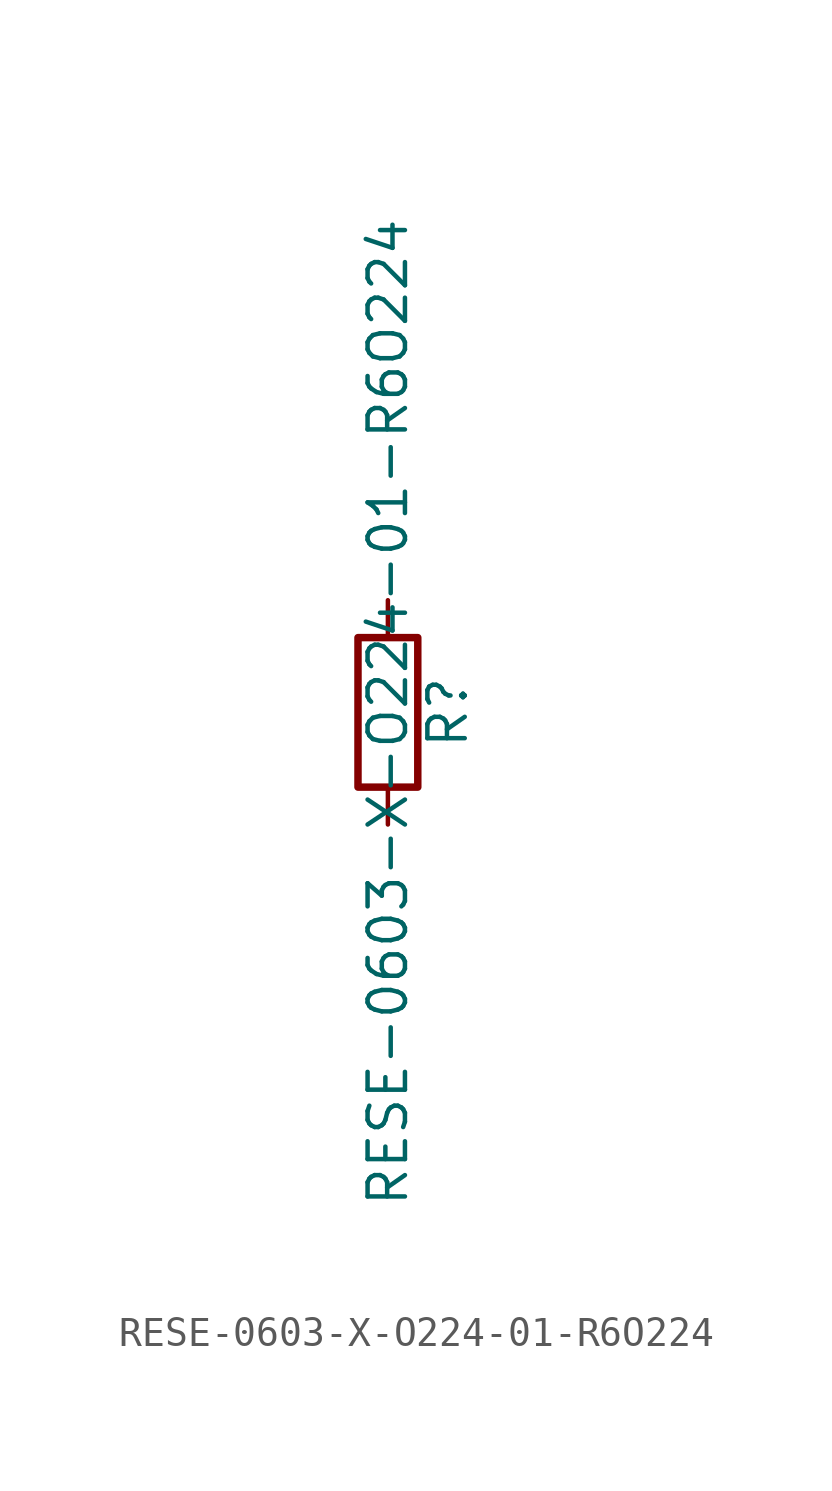
<source format=kicad_sym>
(kicad_symbol_lib
  (version 20211014)
  (generator kicad_symbol_editor)
  (symbol "RESE-0603-X-O224-01-R6O224"
    (pin_numbers hide)
    (pin_names
      (offset 0))
    (property "Reference" "R"
      (at 2.032 0 90)
      (effects (font (size 1.27 1.27))))
    (property "Value" "RESE-0603-X-O224-01-R6O224"
      (at 0 0 90)
      (effects (font (size 1.27 1.27))))
    (symbol "RESE-0603-X-O224-01-R6O224_0_1"
      (rectangle (start -1.016 -2.54) (end 1.016 2.54) (stroke (width 0.254) (type default) (color 0 0 0 0)) (fill (type none))))
    (symbol "RESE-0603-X-O224-01-R6O224_1_1"
      (pin passive line (at 0 3.81 270) (length 1.27) (name "~" (effects (font (size 1.27 1.27)))) (number "1" (effects (font (size 1.27 1.27)))))
      (pin passive line (at 0 -3.81 90) (length 1.27) (name "~" (effects (font (size 1.27 1.27)))) (number "2" (effects (font (size 1.27 1.27))))))))
</source>
